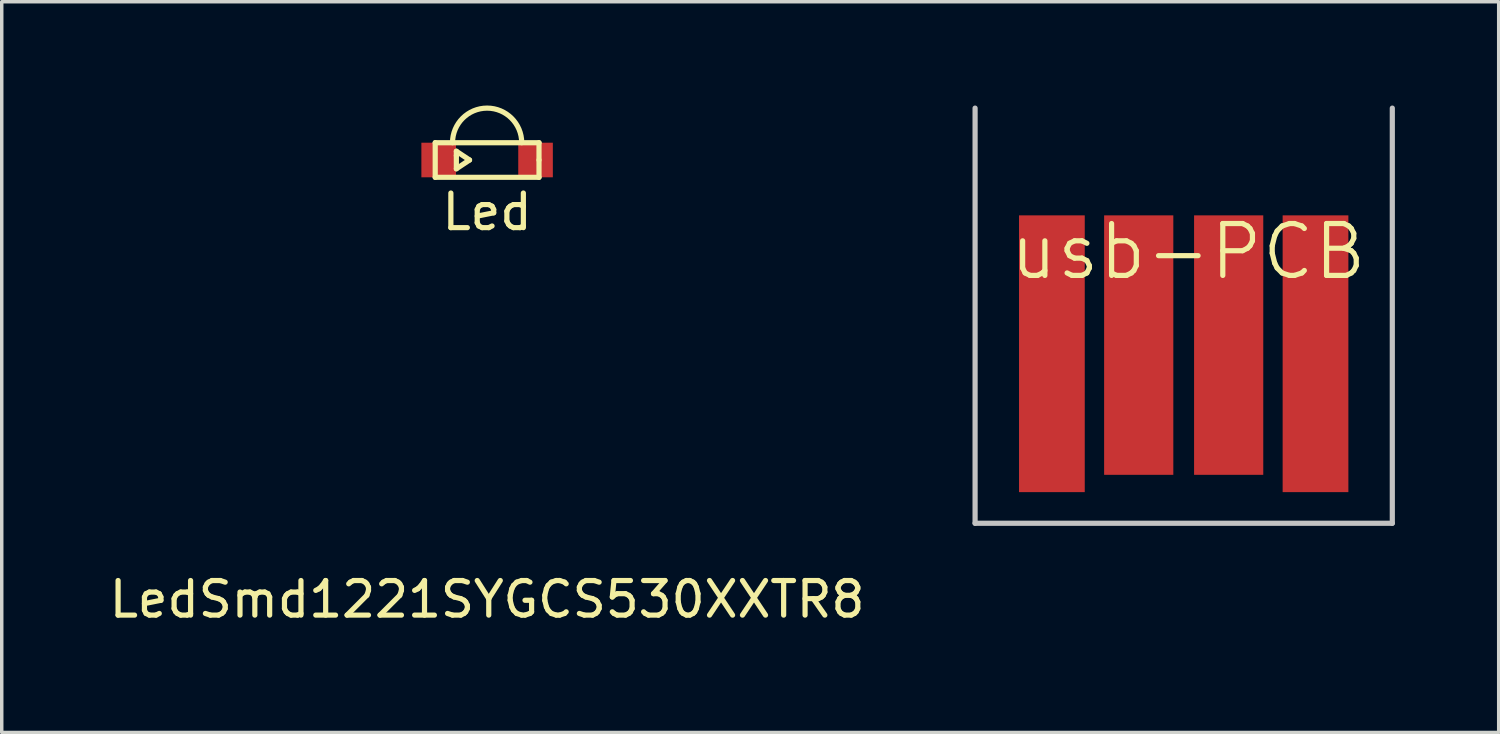
<source format=kicad_pcb>
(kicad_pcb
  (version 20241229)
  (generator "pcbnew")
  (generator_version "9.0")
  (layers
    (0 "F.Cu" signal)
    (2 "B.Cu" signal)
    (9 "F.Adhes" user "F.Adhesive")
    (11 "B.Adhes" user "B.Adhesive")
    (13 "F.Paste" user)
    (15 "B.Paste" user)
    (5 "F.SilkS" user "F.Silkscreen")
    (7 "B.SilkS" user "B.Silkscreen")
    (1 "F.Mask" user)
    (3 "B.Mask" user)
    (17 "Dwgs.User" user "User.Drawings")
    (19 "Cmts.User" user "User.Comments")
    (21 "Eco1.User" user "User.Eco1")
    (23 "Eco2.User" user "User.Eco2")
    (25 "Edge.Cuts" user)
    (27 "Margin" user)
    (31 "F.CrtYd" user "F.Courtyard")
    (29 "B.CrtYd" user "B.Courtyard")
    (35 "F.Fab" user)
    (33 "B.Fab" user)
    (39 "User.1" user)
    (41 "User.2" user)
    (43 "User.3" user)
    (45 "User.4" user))
  (footprint "LedSmd1221SYGCS530XXTR8"
    (layer "F.Cu")
    (at 11.03 1.575)
    (property "Reference" "LedSmd1221SYGCS530XXTR8" (at 0 12.7 0) (layer "F.SilkS") (effects (font (size 1 1) (thickness 0.15))))
    (attr smd)
    (fp_line (start -1.5 -0.5) (end -1.5 0.5) (stroke (width 0.15) (type solid)) (layer "F.SilkS"))
    (fp_line (start -1.5 0.5) (end 1.5 0.5) (stroke (width 0.15) (type solid)) (layer "F.SilkS"))
    (fp_line (start -0.889 -0.254) (end -0.889 -0.127) (stroke (width 0.15) (type solid)) (layer "F.SilkS"))
    (fp_line (start -0.889 -0.127) (end -0.889 0.254) (stroke (width 0.15) (type solid)) (layer "F.SilkS"))
    (fp_line (start -0.889 0.254) (end -0.508 0) (stroke (width 0.15) (type solid)) (layer "F.SilkS"))
    (fp_line (start -0.508 0) (end -0.889 -0.254) (stroke (width 0.15) (type solid)) (layer "F.SilkS"))
    (fp_line (start 1.5 -0.5) (end -1.5 -0.5) (stroke (width 0.15) (type solid)) (layer "F.SilkS"))
    (fp_line (start 1.5 0) (end 1.5 -0.5) (stroke (width 0.15) (type solid)) (layer "F.SilkS"))
    (fp_line (start 1.5 0.5) (end 1.5 0) (stroke (width 0.15) (type solid)) (layer "F.SilkS"))
    (fp_arc (start -1 -0.5) (mid 0 -1.5) (end 1 -0.5) (stroke (width 0.15) (type solid)) (layer "F.SilkS"))
    (fp_text user "Led" (at 0 1.5 0) (layer "F.SilkS") (effects (font (size 1 1) (thickness 0.15))))
    (pad "1" smd rect (at -1.4 0) (size 1 1) (layers "F.Cu" "F.Mask" "F.Paste"))
    (pad "2" smd rect (at 1.4 0) (size 1 1) (layers "F.Cu" "F.Mask" "F.Paste")))
  (footprint "usb-PCB"
    (layer "F.Cu")
    (at 31.165 12.075)
    (property "Reference" "usb-PCB" (at 0.13 -7.85 0) (layer "F.SilkS") (effects (font (size 1.5 1.5) (thickness 0.15))))
    (attr exclude_from_pos_files exclude_from_bom)
    (fp_line (start -6.03 0) (end -6.03 -12) (stroke (width 0.15) (type solid)) (layer "Dwgs.User"))
    (fp_line (start 6.03 0) (end -6.03 0) (stroke (width 0.15) (type solid)) (layer "Dwgs.User"))
    (fp_line (start 6.03 0) (end 6.03 -12) (stroke (width 0.15) (type solid)) (layer "Dwgs.User"))
    (pad "1" connect rect (at 3.81 -4.9) (size 1.9 8) (layers "F.Cu" "F.Mask"))
    (pad "2" connect rect (at 1.3 -5.15) (size 2 7.5) (layers "F.Cu" "F.Mask"))
    (pad "3" connect rect (at -1.3 -5.15) (size 2 7.5) (layers "F.Cu" "F.Mask"))
    (pad "4" connect rect (at -3.81 -4.9) (size 1.9 8) (layers "F.Cu" "F.Mask")))
  (gr_rect
    (start -3 -3)
    (end 40.27 18.123)
    (stroke (width 0.1) (type default))
    (fill no)
    (layer "Edge.Cuts")))
</source>
